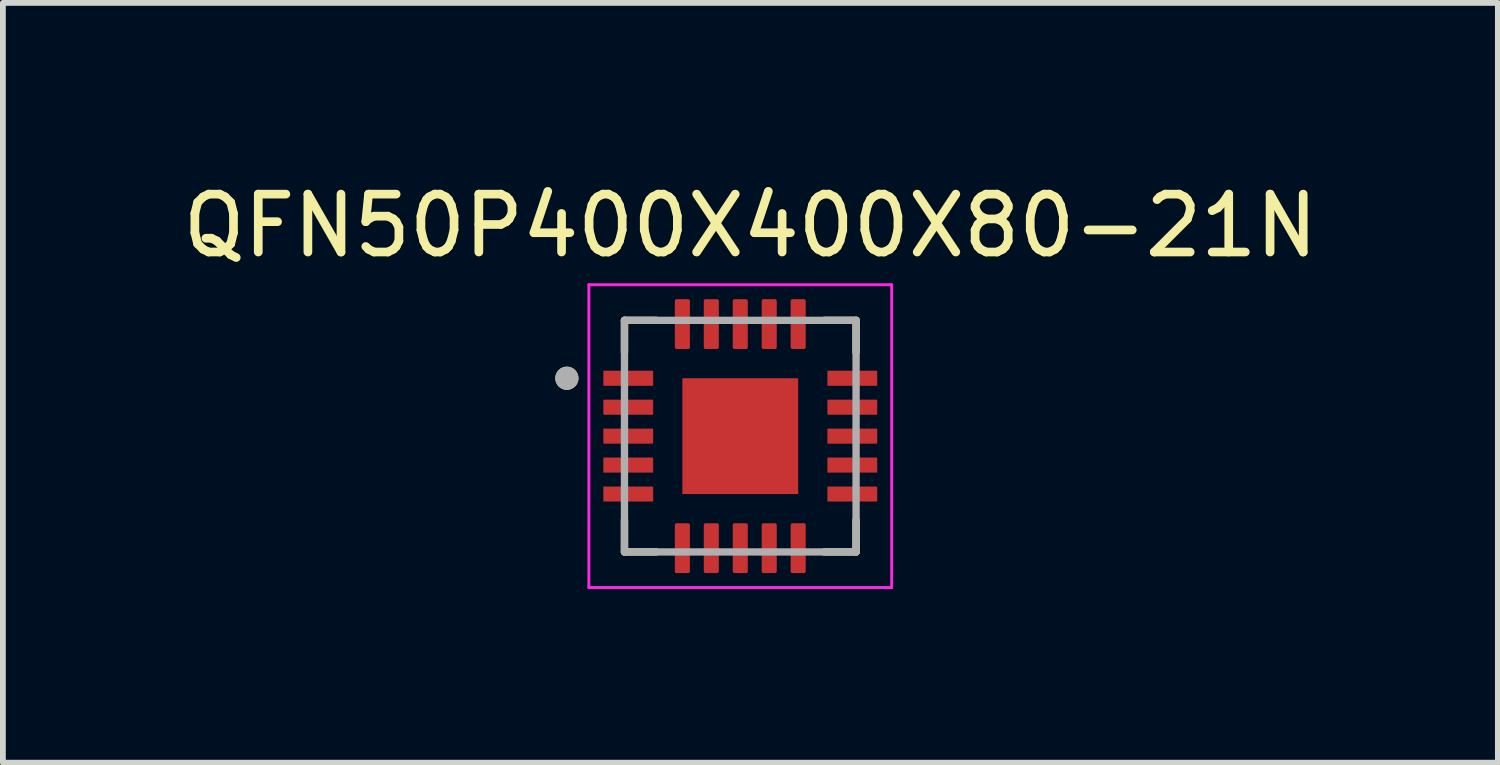
<source format=kicad_pcb>
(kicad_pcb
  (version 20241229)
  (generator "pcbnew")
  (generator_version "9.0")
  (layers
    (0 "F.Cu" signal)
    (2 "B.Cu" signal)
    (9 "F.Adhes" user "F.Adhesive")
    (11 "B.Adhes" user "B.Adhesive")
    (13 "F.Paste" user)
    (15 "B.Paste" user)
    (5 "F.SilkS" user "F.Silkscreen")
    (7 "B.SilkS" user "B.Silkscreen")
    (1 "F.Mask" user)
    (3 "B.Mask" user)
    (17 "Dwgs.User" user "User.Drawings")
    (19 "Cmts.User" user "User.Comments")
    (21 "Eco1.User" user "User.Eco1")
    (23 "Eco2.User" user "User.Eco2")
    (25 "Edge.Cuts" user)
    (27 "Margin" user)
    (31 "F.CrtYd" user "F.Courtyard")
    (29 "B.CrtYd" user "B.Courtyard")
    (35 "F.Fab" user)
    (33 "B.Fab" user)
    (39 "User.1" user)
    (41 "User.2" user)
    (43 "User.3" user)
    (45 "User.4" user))
  (footprint "QFN50P400X400X80-21N"
    (layer "F.Cu")
    (at 9.736 4.483)
    (property "Reference" "QFN50P400X400X80-21N" (at 0.175 -3.635 0) (layer "F.SilkS") (effects (font (size 1 1) (thickness 0.15))))
    (attr smd)
    (fp_line (start -2 -2) (end -2 -1.45) (stroke (width 0.127) (type solid)) (layer "F.SilkS"))
    (fp_line (start -2 -2) (end -1.45 -2) (stroke (width 0.127) (type solid)) (layer "F.SilkS"))
    (fp_line (start -2 2) (end -2 1.45) (stroke (width 0.127) (type solid)) (layer "F.SilkS"))
    (fp_line (start -2 2) (end -1.45 2) (stroke (width 0.127) (type solid)) (layer "F.SilkS"))
    (fp_line (start 2 -2) (end 1.45 -2) (stroke (width 0.127) (type solid)) (layer "F.SilkS"))
    (fp_line (start 2 -2) (end 2 -1.45) (stroke (width 0.127) (type solid)) (layer "F.SilkS"))
    (fp_line (start 2 2) (end 1.45 2) (stroke (width 0.127) (type solid)) (layer "F.SilkS"))
    (fp_line (start 2 2) (end 2 1.45) (stroke (width 0.127) (type solid)) (layer "F.SilkS"))
    (fp_circle (center -2.995 -1) (end -2.895 -1) (stroke (width 0.2) (type solid)) (fill no) (layer "F.SilkS"))
    (fp_poly (pts (xy -0.63 -0.63) (xy 0.63 -0.63) (xy 0.63 0.63) (xy -0.63 0.63)) (stroke (width 0.01) (type solid)) (fill yes) (layer "F.Paste"))
    (fp_line (start -2.615 -2.615) (end 2.615 -2.615) (stroke (width 0.05) (type solid)) (layer "F.CrtYd"))
    (fp_line (start -2.615 2.615) (end -2.615 -2.615) (stroke (width 0.05) (type solid)) (layer "F.CrtYd"))
    (fp_line (start -2.615 2.615) (end 2.615 2.615) (stroke (width 0.05) (type solid)) (layer "F.CrtYd"))
    (fp_line (start 2.615 2.615) (end 2.615 -2.615) (stroke (width 0.05) (type solid)) (layer "F.CrtYd"))
    (fp_line (start -2 2) (end -2 -2) (stroke (width 0.127) (type solid)) (layer "F.Fab"))
    (fp_line (start 2 -2) (end -2 -2) (stroke (width 0.127) (type solid)) (layer "F.Fab"))
    (fp_line (start 2 2) (end -2 2) (stroke (width 0.127) (type solid)) (layer "F.Fab"))
    (fp_line (start 2 2) (end 2 -2) (stroke (width 0.127) (type solid)) (layer "F.Fab"))
    (fp_circle (center -2.995 -1) (end -2.895 -1) (stroke (width 0.2) (type solid)) (fill no) (layer "F.Fab"))
    (pad "1" smd roundrect (at -1.935 -1) (size 0.86 0.26) (layers "F.Cu" "F.Mask" "F.Paste") (roundrect_rratio 0.03))
    (pad "2" smd roundrect (at -1.935 -0.5) (size 0.86 0.26) (layers "F.Cu" "F.Mask" "F.Paste") (roundrect_rratio 0.03))
    (pad "3" smd roundrect (at -1.935 0) (size 0.86 0.26) (layers "F.Cu" "F.Mask" "F.Paste") (roundrect_rratio 0.03))
    (pad "4" smd roundrect (at -1.935 0.5) (size 0.86 0.26) (layers "F.Cu" "F.Mask" "F.Paste") (roundrect_rratio 0.03))
    (pad "5" smd roundrect (at -1.935 1) (size 0.86 0.26) (layers "F.Cu" "F.Mask" "F.Paste") (roundrect_rratio 0.03))
    (pad "6" smd roundrect (at -1 1.935) (size 0.26 0.86) (layers "F.Cu" "F.Mask" "F.Paste") (roundrect_rratio 0.11))
    (pad "7" smd roundrect (at -0.5 1.935) (size 0.26 0.86) (layers "F.Cu" "F.Mask" "F.Paste") (roundrect_rratio 0.11))
    (pad "8" smd roundrect (at 0 1.935) (size 0.26 0.86) (layers "F.Cu" "F.Mask" "F.Paste") (roundrect_rratio 0.11))
    (pad "9" smd roundrect (at 0.5 1.935) (size 0.26 0.86) (layers "F.Cu" "F.Mask" "F.Paste") (roundrect_rratio 0.11))
    (pad "10" smd roundrect (at 1 1.935) (size 0.26 0.86) (layers "F.Cu" "F.Mask" "F.Paste") (roundrect_rratio 0.11))
    (pad "11" smd roundrect (at 1.935 1) (size 0.86 0.26) (layers "F.Cu" "F.Mask" "F.Paste") (roundrect_rratio 0.03))
    (pad "12" smd roundrect (at 1.935 0.5) (size 0.86 0.26) (layers "F.Cu" "F.Mask" "F.Paste") (roundrect_rratio 0.03))
    (pad "13" smd roundrect (at 1.935 0) (size 0.86 0.26) (layers "F.Cu" "F.Mask" "F.Paste") (roundrect_rratio 0.03))
    (pad "14" smd roundrect (at 1.935 -0.5) (size 0.86 0.26) (layers "F.Cu" "F.Mask" "F.Paste") (roundrect_rratio 0.03))
    (pad "15" smd roundrect (at 1.935 -1) (size 0.86 0.26) (layers "F.Cu" "F.Mask" "F.Paste") (roundrect_rratio 0.03))
    (pad "16" smd roundrect (at 1 -1.935) (size 0.26 0.86) (layers "F.Cu" "F.Mask" "F.Paste") (roundrect_rratio 0.11))
    (pad "17" smd roundrect (at 0.5 -1.935) (size 0.26 0.86) (layers "F.Cu" "F.Mask" "F.Paste") (roundrect_rratio 0.11))
    (pad "18" smd roundrect (at 0 -1.935) (size 0.26 0.86) (layers "F.Cu" "F.Mask" "F.Paste") (roundrect_rratio 0.11))
    (pad "19" smd roundrect (at -0.5 -1.935) (size 0.26 0.86) (layers "F.Cu" "F.Mask" "F.Paste") (roundrect_rratio 0.11))
    (pad "20" smd roundrect (at -1 -1.935) (size 0.26 0.86) (layers "F.Cu" "F.Mask" "F.Paste") (roundrect_rratio 0.11))
    (pad "21" smd rect (at 0 0) (size 2 2) (layers "F.Cu" "F.Mask")))
  (gr_rect
    (start -3 -3)
    (end 22.821 10.123)
    (stroke (width 0.1) (type default))
    (fill no)
    (layer "Edge.Cuts")))
</source>
